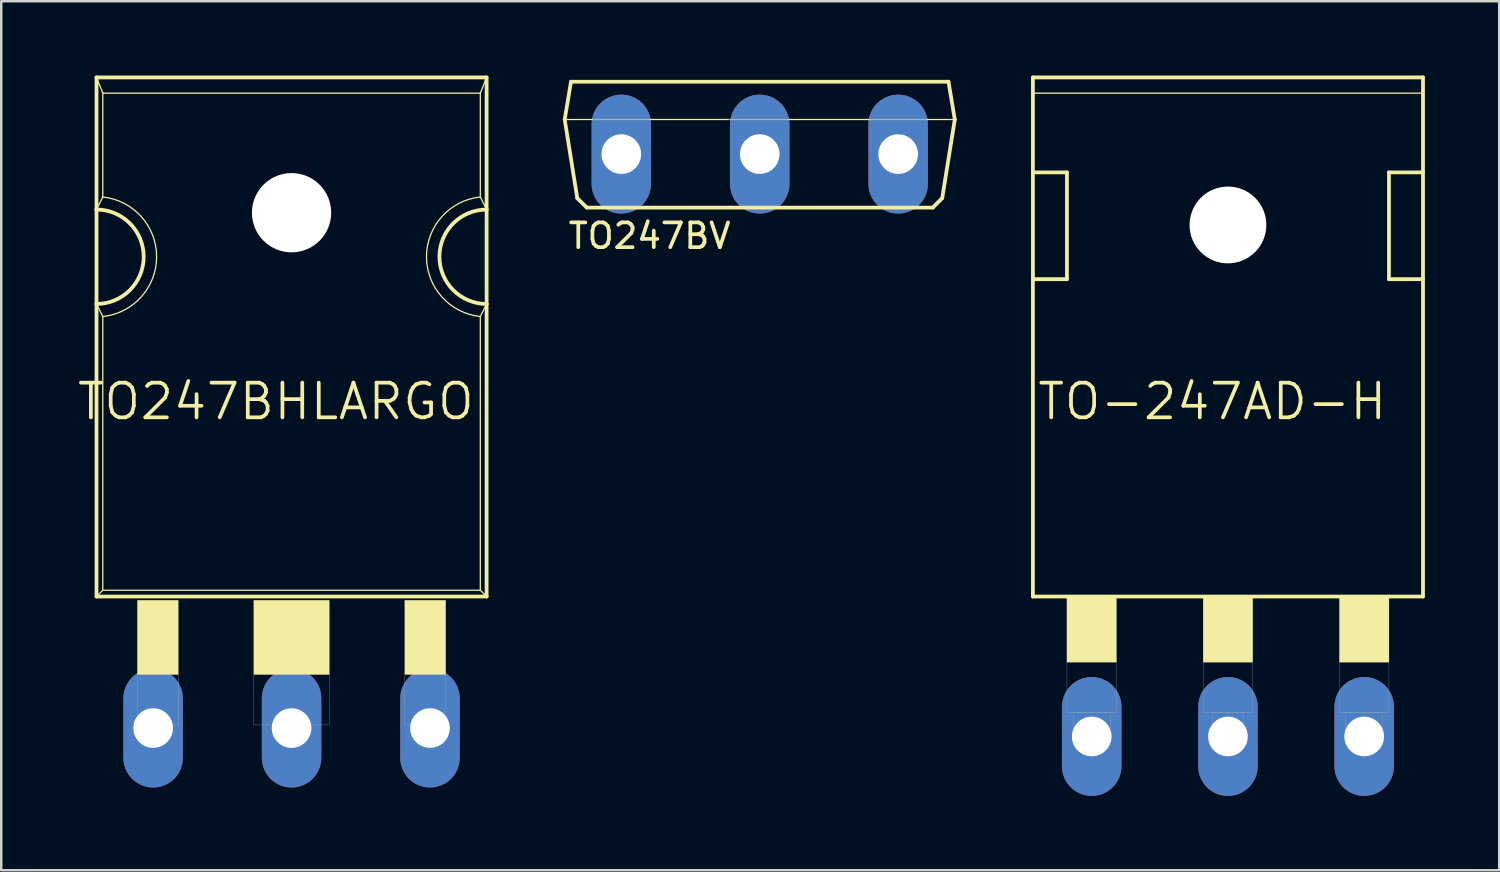
<source format=kicad_pcb>
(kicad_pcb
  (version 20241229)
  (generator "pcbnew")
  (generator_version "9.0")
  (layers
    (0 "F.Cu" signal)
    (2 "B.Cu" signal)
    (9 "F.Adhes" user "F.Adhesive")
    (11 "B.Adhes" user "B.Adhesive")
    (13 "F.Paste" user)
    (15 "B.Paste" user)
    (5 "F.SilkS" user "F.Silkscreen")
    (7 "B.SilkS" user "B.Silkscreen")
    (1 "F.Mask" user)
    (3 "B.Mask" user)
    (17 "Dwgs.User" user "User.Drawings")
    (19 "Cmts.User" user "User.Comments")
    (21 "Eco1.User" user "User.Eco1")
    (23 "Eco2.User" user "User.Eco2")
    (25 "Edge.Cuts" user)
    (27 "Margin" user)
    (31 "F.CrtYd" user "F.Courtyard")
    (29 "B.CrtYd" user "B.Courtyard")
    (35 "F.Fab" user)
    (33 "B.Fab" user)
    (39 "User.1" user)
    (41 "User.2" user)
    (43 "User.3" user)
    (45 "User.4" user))
  (footprint "TO247BHLARGO"
    (layer "F.Cu")
    (at 8.72 14.681)
    (property "Reference" "TO247BHLARGO" (at -0.635 -1.524 0) (layer "F.SilkS") (effects (font (size 1.4 1.4) (thickness 0.15))))
    (attr through_hole)
    (fp_line (start -7.874 -9.271) (end -7.874 -14.605) (stroke (width 0.152) (type solid)) (layer "F.SilkS"))
    (fp_line (start -7.874 -5.461) (end -7.874 -9.271) (stroke (width 0.152) (type solid)) (layer "F.SilkS"))
    (fp_line (start -7.874 6.35) (end -7.874 -5.461) (stroke (width 0.152) (type solid)) (layer "F.SilkS"))
    (fp_line (start -7.874 6.35) (end 7.874 6.35) (stroke (width 0.152) (type solid)) (layer "F.SilkS"))
    (fp_line (start -7.62 -13.97) (end -7.874 -14.605) (stroke (width 0.051) (type solid)) (layer "F.SilkS"))
    (fp_line (start -7.62 -9.779) (end -7.874 -9.271) (stroke (width 0.051) (type solid)) (layer "F.SilkS"))
    (fp_line (start -7.62 -9.779) (end -7.62 -13.97) (stroke (width 0.051) (type solid)) (layer "F.SilkS"))
    (fp_line (start -7.62 -4.953) (end -7.874 -5.461) (stroke (width 0.051) (type solid)) (layer "F.SilkS"))
    (fp_line (start -7.62 6.096) (end -7.874 6.35) (stroke (width 0.051) (type solid)) (layer "F.SilkS"))
    (fp_line (start -7.62 6.096) (end -7.62 -4.953) (stroke (width 0.051) (type solid)) (layer "F.SilkS"))
    (fp_line (start -7.62 6.096) (end 7.62 6.096) (stroke (width 0.051) (type solid)) (layer "F.SilkS"))
    (fp_line (start 7.62 -13.97) (end -7.62 -13.97) (stroke (width 0.051) (type solid)) (layer "F.SilkS"))
    (fp_line (start 7.62 -9.779) (end 7.62 -13.97) (stroke (width 0.051) (type solid)) (layer "F.SilkS"))
    (fp_line (start 7.62 6.096) (end 7.62 -4.953) (stroke (width 0.051) (type solid)) (layer "F.SilkS"))
    (fp_line (start 7.874 -14.605) (end -7.874 -14.605) (stroke (width 0.152) (type solid)) (layer "F.SilkS"))
    (fp_line (start 7.874 -14.605) (end 7.62 -13.97) (stroke (width 0.051) (type solid)) (layer "F.SilkS"))
    (fp_line (start 7.874 -14.605) (end 7.874 -9.271) (stroke (width 0.152) (type solid)) (layer "F.SilkS"))
    (fp_line (start 7.874 -9.271) (end 7.62 -9.779) (stroke (width 0.051) (type solid)) (layer "F.SilkS"))
    (fp_line (start 7.874 -9.271) (end 7.874 -5.461) (stroke (width 0.152) (type solid)) (layer "F.SilkS"))
    (fp_line (start 7.874 -5.461) (end 7.62 -4.953) (stroke (width 0.051) (type solid)) (layer "F.SilkS"))
    (fp_line (start 7.874 -5.461) (end 7.874 6.35) (stroke (width 0.152) (type solid)) (layer "F.SilkS"))
    (fp_line (start 7.874 6.35) (end 7.62 6.096) (stroke (width 0.051) (type solid)) (layer "F.SilkS"))
    (fp_arc (start -7.874 -9.271) (mid -5.969 -7.366) (end -7.874 -5.461) (stroke (width 0.1524) (type solid)) (layer "F.SilkS"))
    (fp_arc (start -7.62 -9.779) (mid -5.447668 -7.366) (end -7.620001 -4.953) (stroke (width 0.0508) (type solid)) (layer "F.SilkS"))
    (fp_arc (start 7.62 -4.953) (mid 5.447668 -7.366) (end 7.620001 -9.779) (stroke (width 0.0508) (type solid)) (layer "F.SilkS"))
    (fp_arc (start 7.874 -5.461) (mid 5.969 -7.366) (end 7.874 -9.271) (stroke (width 0.1524) (type solid)) (layer "F.SilkS"))
    (fp_poly (pts (xy -6.223 6.5) (xy -4.572 6.5) (xy -4.572 9.501) (xy -6.223 9.501)) (stroke (width 0.01) (type solid)) (fill yes) (layer "F.SilkS"))
    (fp_poly (pts (xy -1.524 6.5) (xy 1.524 6.5) (xy 1.524 9.501) (xy -1.524 9.501)) (stroke (width 0.01) (type solid)) (fill yes) (layer "F.SilkS"))
    (fp_poly (pts (xy 4.572 6.5) (xy 6.223 6.5) (xy 6.223 9.501) (xy 4.572 9.501)) (stroke (width 0.01) (type solid)) (fill yes) (layer "F.SilkS"))
    (fp_poly (pts (xy -6.223 9.501) (xy -4.572 9.501) (xy -4.572 11.533) (xy -6.223 11.533)) (stroke (width 0.01) (type solid)) (fill no) (layer "F.Fab"))
    (fp_poly (pts (xy -6.223 11.533) (xy -4.953 11.533) (xy -4.953 12.041) (xy -6.223 12.041)) (stroke (width 0.01) (type solid)) (fill no) (layer "F.Fab"))
    (fp_poly (pts (xy -1.524 9.501) (xy 1.524 9.501) (xy 1.524 11.533) (xy -1.524 11.533)) (stroke (width 0.01) (type solid)) (fill no) (layer "F.Fab"))
    (fp_poly (pts (xy -0.635 11.533) (xy 0.635 11.533) (xy 0.635 12.041) (xy -0.635 12.041)) (stroke (width 0.01) (type solid)) (fill no) (layer "F.Fab"))
    (fp_poly (pts (xy 4.572 9.501) (xy 6.223 9.501) (xy 6.223 11.533) (xy 4.572 11.533)) (stroke (width 0.01) (type solid)) (fill no) (layer "F.Fab"))
    (fp_poly (pts (xy 4.953 11.533) (xy 6.223 11.533) (xy 6.223 12.041) (xy 4.953 12.041)) (stroke (width 0.01) (type solid)) (fill no) (layer "F.Fab"))
    (pad "" np_thru_hole circle (at 0 -9.144) (size 3.2 3.2) (drill 3.2) (layers "*.Cu" "*.Mask"))
    (pad "D" thru_hole oval (at 0 11.66) (size 2.4 4.8) (drill 1.6) (layers "*.Cu" "*.Mask"))
    (pad "G" thru_hole oval (at -5.588 11.66) (size 2.4 4.8) (drill 1.6) (layers "*.Cu" "*.Mask"))
    (pad "S" thru_hole oval (at 5.588 11.66) (size 2.4 4.8) (drill 1.6) (layers "*.Cu" "*.Mask")))
  (footprint "TO-247AD-H"
    (layer "F.Cu")
    (at 46.521 6.031)
    (property "Reference" "TO-247AD-H" (at -0.635 7.126 0) (layer "F.SilkS") (effects (font (size 1.4 1.4) (thickness 0.15))))
    (attr through_hole)
    (fp_line (start -7.874 -2.121) (end -7.874 -5.955) (stroke (width 0.152) (type solid)) (layer "F.SilkS"))
    (fp_line (start -7.874 -2.121) (end -6.5 -2.121) (stroke (width 0.152) (type solid)) (layer "F.SilkS"))
    (fp_line (start -7.874 2.189) (end -7.874 -2.121) (stroke (width 0.152) (type solid)) (layer "F.SilkS"))
    (fp_line (start -7.874 15) (end -7.874 2.189) (stroke (width 0.152) (type solid)) (layer "F.SilkS"))
    (fp_line (start -7.874 15) (end 7.874 15) (stroke (width 0.152) (type solid)) (layer "F.SilkS"))
    (fp_line (start -6.5 -2.121) (end -6.5 2.189) (stroke (width 0.152) (type solid)) (layer "F.SilkS"))
    (fp_line (start -6.5 2.189) (end -7.874 2.189) (stroke (width 0.152) (type solid)) (layer "F.SilkS"))
    (fp_line (start 6.5 -2.121) (end 6.5 2.189) (stroke (width 0.152) (type solid)) (layer "F.SilkS"))
    (fp_line (start 6.5 2.189) (end 7.874 2.189) (stroke (width 0.152) (type solid)) (layer "F.SilkS"))
    (fp_line (start 7.82 -5.32) (end -7.82 -5.32) (stroke (width 0.051) (type solid)) (layer "F.SilkS"))
    (fp_line (start 7.874 -5.955) (end -7.874 -5.955) (stroke (width 0.152) (type solid)) (layer "F.SilkS"))
    (fp_line (start 7.874 -5.955) (end 7.874 -2.121) (stroke (width 0.152) (type solid)) (layer "F.SilkS"))
    (fp_line (start 7.874 -2.121) (end 6.5 -2.121) (stroke (width 0.152) (type solid)) (layer "F.SilkS"))
    (fp_line (start 7.874 -2.121) (end 7.874 2.189) (stroke (width 0.152) (type solid)) (layer "F.SilkS"))
    (fp_line (start 7.874 2.189) (end 7.874 15) (stroke (width 0.152) (type solid)) (layer "F.SilkS"))
    (fp_poly (pts (xy -6.5 15) (xy -4.5 15) (xy -4.5 17.65) (xy -6.5 17.65)) (stroke (width 0.01) (type solid)) (fill yes) (layer "F.SilkS"))
    (fp_poly (pts (xy -1 15) (xy 1 15) (xy 1 17.65) (xy -1 17.65)) (stroke (width 0.01) (type solid)) (fill yes) (layer "F.SilkS"))
    (fp_poly (pts (xy 4.5 15) (xy 6.5 15) (xy 6.5 17.65) (xy 4.5 17.65)) (stroke (width 0.01) (type solid)) (fill yes) (layer "F.SilkS"))
    (fp_poly (pts (xy -6.5 17.65) (xy -4.5 17.65) (xy -4.5 19.683) (xy -6.5 19.683)) (stroke (width 0.01) (type solid)) (fill no) (layer "F.Fab"))
    (fp_poly (pts (xy -6.223 19.683) (xy -4.75 19.683) (xy -4.75 20.65) (xy -6.223 20.65)) (stroke (width 0.01) (type solid)) (fill no) (layer "F.Fab"))
    (fp_poly (pts (xy -1 17.651) (xy 1 17.651) (xy 1 19.683) (xy -1 19.683)) (stroke (width 0.01) (type solid)) (fill no) (layer "F.Fab"))
    (fp_poly (pts (xy -0.635 19.683) (xy 0.635 19.683) (xy 0.635 20.65) (xy -0.635 20.65)) (stroke (width 0.01) (type solid)) (fill no) (layer "F.Fab"))
    (fp_poly (pts (xy 4.5 17.651) (xy 6.5 17.651) (xy 6.5 19.683) (xy 4.5 19.683)) (stroke (width 0.01) (type solid)) (fill no) (layer "F.Fab"))
    (fp_poly (pts (xy 4.75 19.683) (xy 6.223 19.683) (xy 6.223 20.65) (xy 4.75 20.65)) (stroke (width 0.01) (type solid)) (fill no) (layer "F.Fab"))
    (pad "" np_thru_hole circle (at 0 0) (size 3.1 3.1) (drill 3.1) (layers "*.Cu" "*.Mask"))
    (pad "D" thru_hole oval (at 0 20.65) (size 2.4 4.8) (drill 1.6) (layers "*.Cu" "*.Mask"))
    (pad "G" thru_hole oval (at -5.5 20.65) (size 2.4 4.8) (drill 1.6) (layers "*.Cu" "*.Mask"))
    (pad "S" thru_hole oval (at 5.5 20.65) (size 2.4 4.8) (drill 1.6) (layers "*.Cu" "*.Mask")))
  (footprint "TO247BV"
    (layer "F.Cu")
    (at 27.62 0.25)
    (property "Reference" "TO247BV" (at -4.445 6.223 0) (layer "F.SilkS") (effects (font (size 1 1) (thickness 0.15))))
    (attr through_hole)
    (fp_line (start -7.874 1.524) (end -6.731 1.524) (stroke (width 0.051) (type solid)) (layer "F.SilkS"))
    (fp_line (start -7.62 0) (end -7.874 1.524) (stroke (width 0.152) (type solid)) (layer "F.SilkS"))
    (fp_line (start -7.366 4.699) (end -7.874 1.524) (stroke (width 0.152) (type solid)) (layer "F.SilkS"))
    (fp_line (start -6.985 5.08) (end -7.366 4.699) (stroke (width 0.152) (type solid)) (layer "F.SilkS"))
    (fp_line (start -6.985 5.08) (end 6.985 5.08) (stroke (width 0.152) (type solid)) (layer "F.SilkS"))
    (fp_line (start -4.445 1.524) (end -1.27 1.524) (stroke (width 0.051) (type solid)) (layer "F.SilkS"))
    (fp_line (start 1.143 1.524) (end 4.445 1.524) (stroke (width 0.051) (type solid)) (layer "F.SilkS"))
    (fp_line (start 6.731 1.524) (end 7.874 1.524) (stroke (width 0.051) (type solid)) (layer "F.SilkS"))
    (fp_line (start 6.985 5.08) (end 7.366 4.699) (stroke (width 0.152) (type solid)) (layer "F.SilkS"))
    (fp_line (start 7.366 4.699) (end 7.874 1.524) (stroke (width 0.152) (type solid)) (layer "F.SilkS"))
    (fp_line (start 7.62 0) (end -7.62 0) (stroke (width 0.152) (type solid)) (layer "F.SilkS"))
    (fp_line (start 7.874 1.524) (end 7.62 0) (stroke (width 0.152) (type solid)) (layer "F.SilkS"))
    (fp_line (start -6.731 1.524) (end -4.445 1.524) (stroke (width 0.051) (type solid)) (layer "F.Fab"))
    (fp_line (start -1.27 1.524) (end 1.143 1.524) (stroke (width 0.051) (type solid)) (layer "F.Fab"))
    (fp_line (start 4.445 1.524) (end 6.731 1.524) (stroke (width 0.051) (type solid)) (layer "F.Fab"))
    (pad "D" thru_hole oval (at 0 2.921) (size 2.4 4.8) (drill 1.6) (layers "*.Cu" "*.Mask"))
    (pad "G" thru_hole oval (at -5.588 2.921) (size 2.4 4.8) (drill 1.6) (layers "*.Cu" "*.Mask"))
    (pad "S" thru_hole oval (at 5.588 2.921) (size 2.4 4.8) (drill 1.6) (layers "*.Cu" "*.Mask")))
  (gr_rect
    (start -3 -3)
    (end 57.471 32.081)
    (stroke (width 0.1) (type default))
    (fill no)
    (layer "Edge.Cuts")))
</source>
